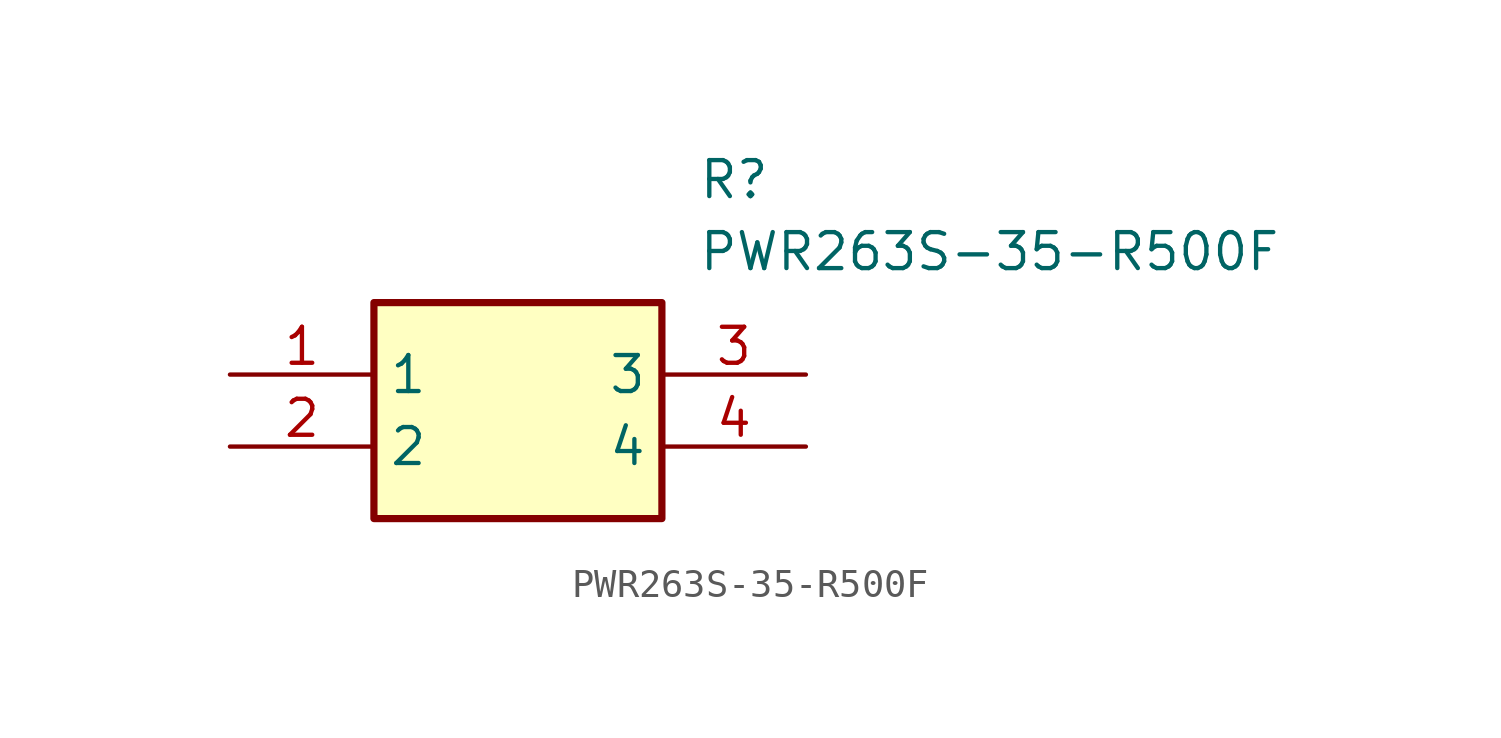
<source format=kicad_sym>
(kicad_symbol_lib
  (version 20211014)
  (generator SamacSys_ECAD_Model)
  (symbol "PWR263S-35-R500F"
    (property "Reference" "R"
      (at 16.51 7.62 0)
      (effects (font (size 1.27 1.27)) (justify left top)))
    (property "Value" "PWR263S-35-R500F"
      (at 16.51 5.08 0)
      (effects (font (size 1.27 1.27)) (justify left top)))
    (rectangle
      (start 5.08 2.54)
      (end 15.24 -5.08)
      (stroke (width 0.254) (type default))
      (fill (type background)))
    (pin passive line
      (at 0 0 0)
      (length 5.08)
      (name "1" (effects (font (size 1.27 1.27))))
      (number "1" (effects (font (size 1.27 1.27)))))
    (pin passive line
      (at 0 -2.54 0)
      (length 5.08)
      (name "2" (effects (font (size 1.27 1.27))))
      (number "2" (effects (font (size 1.27 1.27)))))
    (pin passive line
      (at 20.32 0 180)
      (length 5.08)
      (name "3" (effects (font (size 1.27 1.27))))
      (number "3" (effects (font (size 1.27 1.27)))))
    (pin passive line
      (at 20.32 -2.54 180)
      (length 5.08)
      (name "4" (effects (font (size 1.27 1.27))))
      (number "4" (effects (font (size 1.27 1.27)))))))
</source>
